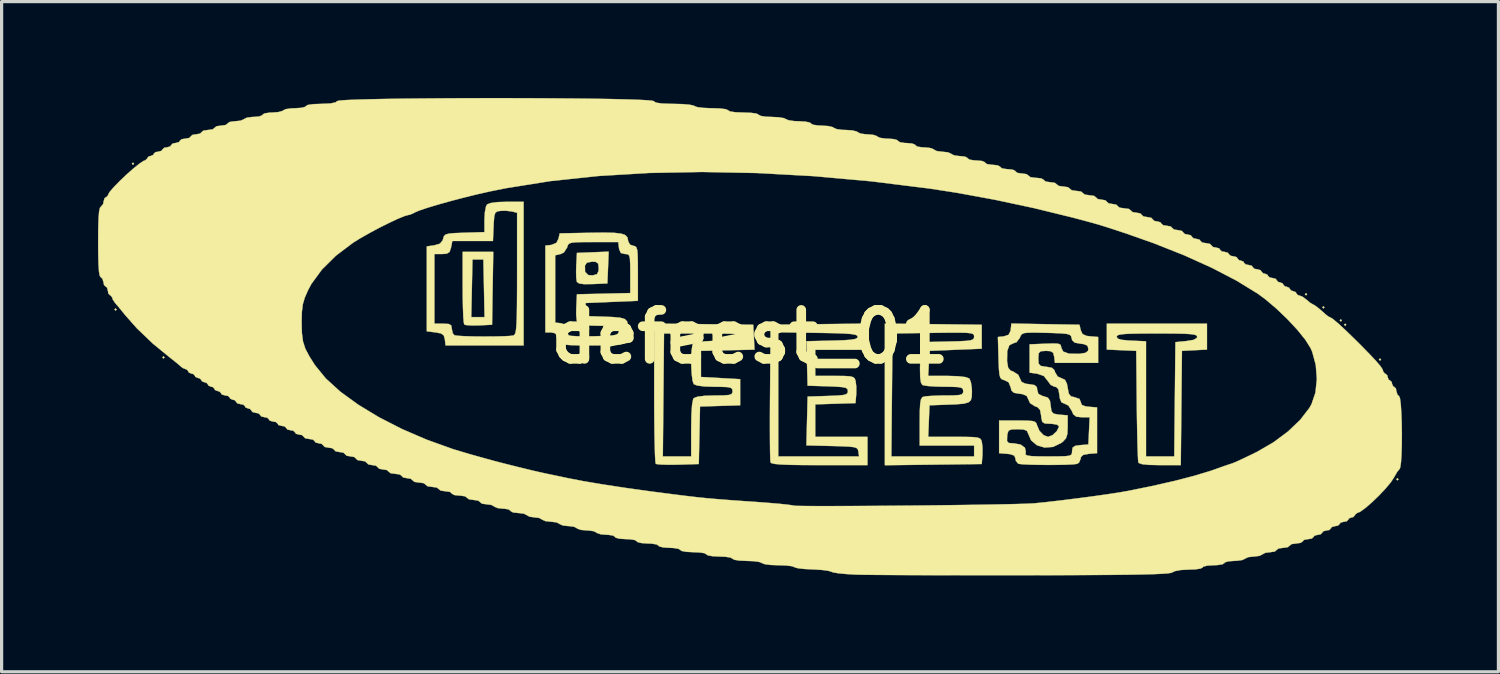
<source format=kicad_pcb>
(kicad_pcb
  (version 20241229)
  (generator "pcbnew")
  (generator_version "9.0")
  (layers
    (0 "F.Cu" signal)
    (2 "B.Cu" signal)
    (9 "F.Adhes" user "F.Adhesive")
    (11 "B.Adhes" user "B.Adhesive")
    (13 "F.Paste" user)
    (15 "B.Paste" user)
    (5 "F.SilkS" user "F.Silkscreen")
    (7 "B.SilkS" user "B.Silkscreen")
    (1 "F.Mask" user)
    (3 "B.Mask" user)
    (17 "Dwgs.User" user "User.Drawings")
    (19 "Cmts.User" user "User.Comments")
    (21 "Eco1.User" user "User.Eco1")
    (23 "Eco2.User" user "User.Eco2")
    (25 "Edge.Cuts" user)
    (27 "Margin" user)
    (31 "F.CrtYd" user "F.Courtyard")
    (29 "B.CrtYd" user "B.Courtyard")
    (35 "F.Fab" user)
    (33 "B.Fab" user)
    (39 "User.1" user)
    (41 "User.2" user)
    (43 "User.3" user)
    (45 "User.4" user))
  (footprint "defeest_01"
    (layer "F.Cu")
    (at 20.291 7.43)
    (property "Reference" "defeest_01" (at 0 0 0) (layer "F.SilkS") (effects (font (size 1.524 1.524) (thickness 0.3))))
    (attr through_hole)
    (fp_poly (pts (xy -19.71 -0.847) (xy -19.744 -0.813) (xy -19.778 -0.847) (xy -19.744 -0.881) (xy -19.71 -0.847)) (stroke (width 0.01) (type solid)) (fill yes) (layer "F.SilkS"))
    (fp_poly (pts (xy -19.169 -5.385) (xy -19.202 -5.351) (xy -19.236 -5.385) (xy -19.202 -5.419) (xy -19.169 -5.385)) (stroke (width 0.01) (type solid)) (fill yes) (layer "F.SilkS"))
    (fp_poly (pts (xy -18.22 0.643) (xy -18.254 0.677) (xy -18.288 0.643) (xy -18.254 0.61) (xy -18.22 0.643)) (stroke (width 0.01) (type solid)) (fill yes) (layer "F.SilkS"))
    (fp_poly (pts (xy 17.34 -1.321) (xy 17.306 -1.287) (xy 17.272 -1.321) (xy 17.306 -1.355) (xy 17.34 -1.321)) (stroke (width 0.01) (type solid)) (fill yes) (layer "F.SilkS"))
    (fp_poly (pts (xy 17.882 -0.914) (xy 17.848 -0.881) (xy 17.814 -0.914) (xy 17.848 -0.948) (xy 17.882 -0.914)) (stroke (width 0.01) (type solid)) (fill yes) (layer "F.SilkS"))
    (fp_poly (pts (xy 18.423 -0.508) (xy 18.39 -0.474) (xy 18.356 -0.508) (xy 18.39 -0.542) (xy 18.423 -0.508)) (stroke (width 0.01) (type solid)) (fill yes) (layer "F.SilkS"))
    (fp_poly (pts (xy 18.559 -0.373) (xy 18.525 -0.339) (xy 18.491 -0.373) (xy 18.525 -0.406) (xy 18.559 -0.373)) (stroke (width 0.01) (type solid)) (fill yes) (layer "F.SilkS"))
    (fp_poly (pts (xy 19.643 0.711) (xy 19.609 0.745) (xy 19.575 0.711) (xy 19.609 0.677) (xy 19.643 0.711)) (stroke (width 0.01) (type solid)) (fill yes) (layer "F.SilkS"))
    (fp_poly (pts (xy 20.185 4.437) (xy 20.151 4.47) (xy 20.117 4.437) (xy 20.151 4.403) (xy 20.185 4.437)) (stroke (width 0.01) (type solid)) (fill yes) (layer "F.SilkS"))
    (fp_poly (pts (xy -8.008 -1.507) (xy -8.026 -0.373) (xy -8.436 -0.353) (xy -8.66 -0.35) (xy -8.828 -0.362) (xy -8.893 -0.381) (xy -8.909 -0.462) (xy -8.92 -0.61) (xy -8.674 -0.61) (xy -8.26 -0.61) (xy -8.278 -1.507) (xy -8.297 -2.405) (xy -8.636 -2.405) (xy -8.655 -1.507) (xy -8.674 -0.61) (xy -8.92 -0.61) (xy -8.923 -0.654) (xy -8.933 -0.935) (xy -8.94 -1.279) (xy -8.941 -1.535) (xy -8.941 -2.642) (xy -7.989 -2.642) (xy -8.008 -1.507)) (stroke (width 0.01) (type solid)) (fill yes) (layer "F.SilkS"))
    (fp_poly (pts (xy -4.417 -2.154) (xy -4.437 -1.659) (xy -4.895 -1.639) (xy -5.159 -1.636) (xy -5.314 -1.656) (xy -5.384 -1.704) (xy -5.389 -1.715) (xy -5.406 -1.831) (xy -5.411 -2.033) (xy -5.405 -2.209) (xy -5.405 -2.214) (xy -5.136 -2.214) (xy -5.132 -2.021) (xy -5.032 -1.92) (xy -4.894 -1.909) (xy -4.76 -1.947) (xy -4.712 -2.048) (xy -4.707 -2.134) (xy -4.724 -2.278) (xy -4.803 -2.331) (xy -4.91 -2.337) (xy -5.075 -2.305) (xy -5.136 -2.214) (xy -5.405 -2.214) (xy -5.385 -2.608) (xy -4.891 -2.628) (xy -4.397 -2.648) (xy -4.417 -2.154)) (stroke (width 0.01) (type solid)) (fill yes) (layer "F.SilkS"))
    (fp_poly (pts (xy 14.224 0.4) (xy 13.835 0.42) (xy 13.445 0.44) (xy 13.409 3.996) (xy 12.764 3.996) (xy 12.425 3.989) (xy 12.208 3.968) (xy 12.102 3.93) (xy 12.089 3.912) (xy 12.079 3.823) (xy 12.07 3.618) (xy 12.06 3.317) (xy 12.052 2.938) (xy 12.044 2.501) (xy 12.04 2.134) (xy 12.023 0.44) (xy 11.108 0.4) (xy 11.108 0) (xy 11.413 0) (xy 11.446 0.058) (xy 11.559 0.095) (xy 11.777 0.117) (xy 11.87 0.122) (xy 12.327 0.142) (xy 12.327 3.725) (xy 13.206 3.725) (xy 13.224 1.947) (xy 13.242 0.169) (xy 13.581 0.135) (xy 13.802 0.099) (xy 13.906 0.041) (xy 13.919 0) (xy 13.902 -0.036) (xy 13.84 -0.063) (xy 13.715 -0.081) (xy 13.511 -0.093) (xy 13.209 -0.099) (xy 12.794 -0.102) (xy 12.666 -0.102) (xy 12.219 -0.1) (xy 11.89 -0.095) (xy 11.662 -0.085) (xy 11.518 -0.068) (xy 11.441 -0.044) (xy 11.414 -0.01) (xy 11.413 0) (xy 11.108 0) (xy 11.108 -0.406) (xy 14.224 -0.406) (xy 14.224 0.4)) (stroke (width 0.01) (type solid)) (fill yes) (layer "F.SilkS"))
    (fp_poly (pts (xy -7.044 0.271) (xy -9.474 0.271) (xy -9.495 0.085) (xy -9.528 -0.039) (xy -9.615 -0.103) (xy -9.787 -0.135) (xy -10.058 -0.169) (xy -10.058 -2.574) (xy -9.821 -2.574) (xy -9.821 -0.406) (xy -9.55 -0.406) (xy -9.376 -0.397) (xy -9.298 -0.353) (xy -9.28 -0.252) (xy -9.279 -0.243) (xy -9.248 -0.104) (xy -9.195 -0.045) (xy -9.087 -0.029) (xy -8.878 -0.017) (xy -8.6 -0.009) (xy -8.287 -0.006) (xy -7.973 -0.008) (xy -7.691 -0.014) (xy -7.475 -0.024) (xy -7.358 -0.04) (xy -7.355 -0.041) (xy -7.323 -0.067) (xy -7.298 -0.126) (xy -7.279 -0.233) (xy -7.265 -0.403) (xy -7.256 -0.65) (xy -7.251 -0.99) (xy -7.248 -1.436) (xy -7.247 -1.97) (xy -7.247 -3.858) (xy -7.409 -3.899) (xy -7.602 -3.922) (xy -7.764 -3.917) (xy -7.868 -3.899) (xy -7.927 -3.852) (xy -7.958 -3.747) (xy -7.974 -3.55) (xy -7.979 -3.437) (xy -7.999 -2.98) (xy -9.263 -2.98) (xy -9.303 -2.777) (xy -9.348 -2.639) (xy -9.439 -2.583) (xy -9.583 -2.574) (xy -9.821 -2.574) (xy -10.058 -2.574) (xy -10.058 -2.811) (xy -9.824 -2.845) (xy -9.649 -2.896) (xy -9.564 -3.001) (xy -9.55 -3.048) (xy -9.525 -3.128) (xy -9.476 -3.179) (xy -9.376 -3.208) (xy -9.197 -3.225) (xy -8.912 -3.236) (xy -8.887 -3.237) (xy -8.263 -3.256) (xy -8.263 -3.647) (xy -8.25 -3.874) (xy -8.216 -4.05) (xy -8.182 -4.118) (xy -8.068 -4.162) (xy -7.846 -4.191) (xy -7.573 -4.199) (xy -7.044 -4.199) (xy -7.044 0.271)) (stroke (width 0.01) (type solid)) (fill yes) (layer "F.SilkS"))
    (fp_poly (pts (xy -1.439 -0.391) (xy 0.102 -0.373) (xy 0.142 0.402) (xy -1.524 0.44) (xy -1.524 1.253) (xy -0.914 1.287) (xy -0.305 1.321) (xy -0.305 2.134) (xy -0.929 2.153) (xy -1.554 2.172) (xy -1.573 3.067) (xy -1.592 3.962) (xy -2.239 3.982) (xy -2.522 3.985) (xy -2.754 3.979) (xy -2.9 3.965) (xy -2.933 3.953) (xy -2.944 3.876) (xy -2.953 3.725) (xy -2.711 3.725) (xy -1.829 3.725) (xy -1.829 2.858) (xy -1.822 2.424) (xy -1.802 2.122) (xy -1.769 1.949) (xy -1.748 1.91) (xy -1.633 1.866) (xy -1.406 1.838) (xy -1.104 1.829) (xy -0.828 1.826) (xy -0.661 1.814) (xy -0.575 1.786) (xy -0.545 1.735) (xy -0.542 1.693) (xy -0.553 1.627) (xy -0.604 1.587) (xy -0.721 1.566) (xy -0.931 1.559) (xy -1.104 1.558) (xy -1.418 1.548) (xy -1.641 1.519) (xy -1.748 1.477) (xy -1.785 1.374) (xy -1.811 1.176) (xy -1.826 0.926) (xy -1.828 0.663) (xy -1.816 0.429) (xy -1.791 0.263) (xy -1.774 0.222) (xy -1.675 0.178) (xy -1.442 0.146) (xy -1.074 0.125) (xy -0.946 0.121) (xy -0.603 0.109) (xy -0.375 0.093) (xy -0.24 0.069) (xy -0.18 0.033) (xy -0.169 0) (xy -0.186 -0.036) (xy -0.249 -0.063) (xy -0.374 -0.081) (xy -0.578 -0.093) (xy -0.879 -0.099) (xy -1.294 -0.102) (xy -1.422 -0.102) (xy -2.675 -0.102) (xy -2.711 3.725) (xy -2.953 3.725) (xy -2.955 3.681) (xy -2.964 3.382) (xy -2.972 2.998) (xy -2.977 2.545) (xy -2.98 2.039) (xy -2.98 1.749) (xy -2.98 -0.409) (xy -1.439 -0.391)) (stroke (width 0.01) (type solid)) (fill yes) (layer "F.SilkS"))
    (fp_poly (pts (xy 3.658 0.406) (xy 2.032 0.406) (xy 2.032 1.219) (xy 2.64 1.219) (xy 2.93 1.221) (xy 3.112 1.232) (xy 3.214 1.258) (xy 3.264 1.306) (xy 3.288 1.378) (xy 3.31 1.552) (xy 3.309 1.771) (xy 3.307 1.801) (xy 3.285 2.066) (xy 2.032 2.105) (xy 2.032 3.116) (xy 3.658 3.116) (xy 3.658 3.996) (xy 2.165 3.996) (xy 1.649 3.994) (xy 1.254 3.988) (xy 0.969 3.977) (xy 0.78 3.96) (xy 0.674 3.937) (xy 0.64 3.911) (xy 0.633 3.824) (xy 0.63 3.725) (xy 0.881 3.725) (xy 3.396 3.725) (xy 3.374 3.573) (xy 3.359 3.508) (xy 3.318 3.464) (xy 3.229 3.436) (xy 3.069 3.419) (xy 2.813 3.408) (xy 2.555 3.401) (xy 1.757 3.382) (xy 1.776 2.622) (xy 1.795 1.863) (xy 2.421 1.843) (xy 2.717 1.831) (xy 2.902 1.815) (xy 3.002 1.787) (xy 3.042 1.741) (xy 3.048 1.693) (xy 3.036 1.632) (xy 2.982 1.591) (xy 2.862 1.567) (xy 2.651 1.552) (xy 2.421 1.543) (xy 1.795 1.524) (xy 1.756 0.14) (xy 2.555 0.121) (xy 2.903 0.11) (xy 3.136 0.094) (xy 3.275 0.07) (xy 3.34 0.036) (xy 3.353 0) (xy 3.335 -0.037) (xy 3.27 -0.065) (xy 3.14 -0.085) (xy 2.929 -0.1) (xy 2.619 -0.111) (xy 2.193 -0.119) (xy 2.117 -0.12) (xy 0.881 -0.139) (xy 0.881 3.725) (xy 0.63 3.725) (xy 0.627 3.619) (xy 0.623 3.313) (xy 0.621 2.923) (xy 0.621 2.466) (xy 0.624 1.96) (xy 0.626 1.727) (xy 0.643 -0.373) (xy 2.151 -0.391) (xy 3.658 -0.409) (xy 3.658 0.406)) (stroke (width 0.01) (type solid)) (fill yes) (layer "F.SilkS"))
    (fp_poly (pts (xy 5.707 -0.391) (xy 7.214 -0.373) (xy 7.214 0.373) (xy 6.401 0.406) (xy 5.588 0.44) (xy 5.568 0.83) (xy 5.547 1.219) (xy 6.147 1.219) (xy 6.479 1.229) (xy 6.711 1.257) (xy 6.827 1.3) (xy 6.828 1.3) (xy 6.876 1.413) (xy 6.905 1.604) (xy 6.909 1.706) (xy 6.904 1.867) (xy 6.875 1.977) (xy 6.798 2.045) (xy 6.652 2.084) (xy 6.414 2.104) (xy 6.096 2.116) (xy 5.588 2.134) (xy 5.548 3.116) (xy 6.363 3.116) (xy 6.706 3.117) (xy 6.938 3.123) (xy 7.081 3.138) (xy 7.16 3.167) (xy 7.198 3.214) (xy 7.217 3.275) (xy 7.238 3.449) (xy 7.237 3.668) (xy 7.235 3.698) (xy 7.214 3.962) (xy 5.707 3.981) (xy 4.199 3.999) (xy 4.199 3.725) (xy 4.401 3.725) (xy 6.977 3.725) (xy 6.977 3.387) (xy 5.283 3.387) (xy 5.283 2.649) (xy 5.286 2.314) (xy 5.298 2.091) (xy 5.321 1.957) (xy 5.359 1.889) (xy 5.39 1.87) (xy 5.505 1.851) (xy 5.716 1.837) (xy 5.982 1.829) (xy 6.068 1.829) (xy 6.346 1.826) (xy 6.516 1.814) (xy 6.603 1.787) (xy 6.634 1.737) (xy 6.638 1.693) (xy 6.627 1.628) (xy 6.578 1.588) (xy 6.465 1.567) (xy 6.261 1.558) (xy 6.045 1.557) (xy 5.767 1.55) (xy 5.537 1.534) (xy 5.391 1.51) (xy 5.365 1.5) (xy 5.322 1.427) (xy 5.298 1.264) (xy 5.293 0.993) (xy 5.297 0.807) (xy 5.317 0.169) (xy 6.147 0.15) (xy 6.494 0.141) (xy 6.729 0.129) (xy 6.872 0.11) (xy 6.946 0.081) (xy 6.973 0.036) (xy 6.977 -0.004) (xy 6.971 -0.051) (xy 6.943 -0.085) (xy 6.874 -0.108) (xy 6.747 -0.121) (xy 6.543 -0.127) (xy 6.244 -0.127) (xy 5.832 -0.122) (xy 5.707 -0.12) (xy 4.437 -0.102) (xy 4.401 3.725) (xy 4.199 3.725) (xy 4.199 -0.409) (xy 5.707 -0.391)) (stroke (width 0.01) (type solid)) (fill yes) (layer "F.SilkS"))
    (fp_poly (pts (xy -4.217 -3.233) (xy -4.007 -3.208) (xy -3.879 -3.163) (xy -3.814 -3.093) (xy -3.793 -2.995) (xy -3.793 -2.977) (xy -3.734 -2.867) (xy -3.641 -2.833) (xy -3.577 -2.818) (xy -3.535 -2.781) (xy -3.508 -2.699) (xy -3.495 -2.549) (xy -3.489 -2.308) (xy -3.488 -1.964) (xy -3.488 -1.118) (xy -5.114 -1.05) (xy -5.114 -0.643) (xy -4.606 -0.626) (xy -4.263 -0.613) (xy -4.034 -0.591) (xy -3.895 -0.55) (xy -3.823 -0.479) (xy -3.797 -0.365) (xy -3.793 -0.215) (xy -3.809 -0.007) (xy -3.85 0.15) (xy -3.874 0.19) (xy -3.975 0.227) (xy -4.193 0.253) (xy -4.535 0.267) (xy -4.926 0.271) (xy -5.318 0.269) (xy -5.594 0.261) (xy -5.773 0.245) (xy -5.877 0.22) (xy -5.923 0.182) (xy -5.929 0.169) (xy -5.979 0.008) (xy -5.992 -0.034) (xy -6.076 -0.111) (xy -6.195 -0.135) (xy -6.367 -0.135) (xy -6.367 -2.534) (xy -6.062 -2.534) (xy -6.062 -0.44) (xy -5.876 -0.419) (xy -5.734 -0.373) (xy -5.69 -0.263) (xy -5.69 -0.244) (xy -5.671 -0.102) (xy -5.642 -0.043) (xy -5.559 -0.026) (xy -5.37 -0.015) (xy -5.105 -0.011) (xy -4.846 -0.015) (xy -4.52 -0.025) (xy -4.304 -0.037) (xy -4.175 -0.059) (xy -4.11 -0.094) (xy -4.083 -0.149) (xy -4.076 -0.186) (xy -4.072 -0.259) (xy -4.103 -0.304) (xy -4.193 -0.328) (xy -4.367 -0.338) (xy -4.652 -0.34) (xy -4.931 -0.346) (xy -5.163 -0.363) (xy -5.311 -0.386) (xy -5.338 -0.397) (xy -5.39 -0.492) (xy -5.409 -0.696) (xy -5.405 -0.887) (xy -5.385 -1.321) (xy -4.555 -1.34) (xy -3.725 -1.359) (xy -3.725 -1.966) (xy -3.727 -2.254) (xy -3.736 -2.433) (xy -3.76 -2.528) (xy -3.805 -2.567) (xy -3.88 -2.574) (xy -3.89 -2.574) (xy -4.018 -2.605) (xy -4.071 -2.724) (xy -4.076 -2.76) (xy -4.098 -2.946) (xy -4.874 -2.946) (xy -5.207 -2.945) (xy -5.43 -2.939) (xy -5.565 -2.923) (xy -5.638 -2.891) (xy -5.672 -2.839) (xy -5.689 -2.78) (xy -5.789 -2.623) (xy -5.895 -2.573) (xy -6.062 -2.534) (xy -6.367 -2.534) (xy -6.367 -2.836) (xy -6.183 -2.857) (xy -6.025 -2.92) (xy -5.96 -3.048) (xy -5.921 -3.217) (xy -4.951 -3.236) (xy -4.525 -3.241) (xy -4.217 -3.233)) (stroke (width 0.01) (type solid)) (fill yes) (layer "F.SilkS"))
    (fp_poly (pts (xy 9.196 -0.391) (xy 10.256 -0.373) (xy 10.295 -0.203) (xy 10.35 -0.084) (xy 10.469 -0.028) (xy 10.586 -0.013) (xy 10.837 0.008) (xy 10.837 0.813) (xy 9.492 0.813) (xy 9.47 0.627) (xy 9.438 0.5) (xy 9.352 0.449) (xy 9.212 0.44) (xy 9.053 0.451) (xy 8.988 0.51) (xy 8.975 0.659) (xy 8.975 0.677) (xy 8.985 0.835) (xy 9.045 0.906) (xy 9.194 0.933) (xy 9.224 0.935) (xy 9.401 0.968) (xy 9.48 1.044) (xy 9.495 1.102) (xy 9.577 1.238) (xy 9.686 1.287) (xy 9.804 1.341) (xy 9.865 1.461) (xy 9.889 1.594) (xy 9.924 1.772) (xy 9.992 1.855) (xy 10.109 1.884) (xy 10.257 1.936) (xy 10.295 2.032) (xy 10.329 2.123) (xy 10.451 2.169) (xy 10.549 2.18) (xy 10.803 2.201) (xy 10.803 3.624) (xy 10.549 3.645) (xy 10.374 3.677) (xy 10.302 3.744) (xy 10.295 3.79) (xy 10.244 3.915) (xy 10.188 3.955) (xy 10.079 3.971) (xy 9.869 3.982) (xy 9.59 3.988) (xy 9.277 3.99) (xy 8.963 3.987) (xy 8.682 3.98) (xy 8.467 3.969) (xy 8.351 3.953) (xy 8.348 3.951) (xy 8.276 3.863) (xy 8.263 3.792) (xy 8.229 3.702) (xy 8.105 3.656) (xy 8.009 3.645) (xy 7.755 3.624) (xy 7.755 3.247) (xy 8.001 3.247) (xy 8.055 3.307) (xy 8.203 3.319) (xy 8.217 3.319) (xy 8.426 3.357) (xy 8.558 3.455) (xy 8.587 3.592) (xy 8.578 3.623) (xy 8.578 3.668) (xy 8.633 3.698) (xy 8.764 3.716) (xy 8.992 3.724) (xy 9.282 3.725) (xy 9.606 3.724) (xy 9.819 3.718) (xy 9.944 3.702) (xy 10.004 3.669) (xy 10.023 3.616) (xy 10.025 3.56) (xy 10.044 3.449) (xy 10.128 3.395) (xy 10.279 3.374) (xy 10.533 3.353) (xy 10.553 2.929) (xy 10.573 2.506) (xy 10.329 2.506) (xy 10.156 2.489) (xy 10.063 2.414) (xy 10.016 2.307) (xy 9.91 2.141) (xy 9.799 2.087) (xy 9.695 2.042) (xy 9.645 1.921) (xy 9.631 1.812) (xy 9.6 1.637) (xy 9.533 1.565) (xy 9.482 1.558) (xy 9.361 1.5) (xy 9.266 1.372) (xy 9.145 1.221) (xy 8.946 1.152) (xy 8.94 1.151) (xy 8.704 1.118) (xy 8.704 0.237) (xy 9.195 0.217) (xy 9.449 0.21) (xy 9.596 0.218) (xy 9.665 0.249) (xy 9.685 0.309) (xy 9.686 0.334) (xy 9.747 0.46) (xy 9.928 0.527) (xy 10.23 0.533) (xy 10.268 0.53) (xy 10.445 0.501) (xy 10.521 0.44) (xy 10.533 0.373) (xy 10.503 0.277) (xy 10.391 0.23) (xy 10.283 0.216) (xy 10.107 0.184) (xy 10.028 0.109) (xy 10.012 0.047) (xy 9.995 -0.018) (xy 9.951 -0.061) (xy 9.857 -0.088) (xy 9.687 -0.105) (xy 9.418 -0.116) (xy 9.228 -0.121) (xy 8.898 -0.128) (xy 8.678 -0.127) (xy 8.542 -0.114) (xy 8.467 -0.083) (xy 8.425 -0.03) (xy 8.4 0.032) (xy 8.298 0.17) (xy 8.199 0.203) (xy 8.074 0.264) (xy 8.008 0.445) (xy 8.002 0.744) (xy 8.005 0.783) (xy 8.036 0.964) (xy 8.109 1.053) (xy 8.193 1.084) (xy 8.349 1.183) (xy 8.399 1.289) (xy 8.454 1.407) (xy 8.575 1.462) (xy 8.689 1.477) (xy 8.858 1.505) (xy 8.929 1.568) (xy 8.941 1.655) (xy 8.977 1.78) (xy 9.108 1.845) (xy 9.14 1.852) (xy 9.274 1.897) (xy 9.337 1.992) (xy 9.36 2.148) (xy 9.384 2.317) (xy 9.449 2.394) (xy 9.596 2.422) (xy 9.635 2.426) (xy 9.889 2.447) (xy 9.889 2.802) (xy 9.88 3.022) (xy 9.838 3.159) (xy 9.744 3.263) (xy 9.689 3.306) (xy 9.435 3.429) (xy 9.173 3.45) (xy 8.934 3.379) (xy 8.751 3.226) (xy 8.659 3.014) (xy 8.619 2.928) (xy 8.516 2.888) (xy 8.33 2.879) (xy 8.142 2.885) (xy 8.051 2.922) (xy 8.015 3.016) (xy 8.005 3.099) (xy 8.001 3.247) (xy 7.755 3.247) (xy 7.755 2.608) (xy 8.33 2.608) (xy 8.612 2.611) (xy 8.785 2.623) (xy 8.879 2.652) (xy 8.92 2.704) (xy 8.93 2.743) (xy 9.008 2.927) (xy 9.143 3.066) (xy 9.279 3.116) (xy 9.416 3.064) (xy 9.547 2.943) (xy 9.616 2.809) (xy 9.618 2.789) (xy 9.556 2.735) (xy 9.393 2.71) (xy 9.351 2.709) (xy 9.179 2.701) (xy 9.099 2.652) (xy 9.069 2.524) (xy 9.063 2.458) (xy 9.03 2.28) (xy 8.951 2.193) (xy 8.876 2.168) (xy 8.719 2.068) (xy 8.67 1.962) (xy 8.614 1.843) (xy 8.49 1.788) (xy 8.383 1.774) (xy 8.215 1.745) (xy 8.138 1.674) (xy 8.115 1.574) (xy 8.05 1.417) (xy 7.925 1.354) (xy 7.847 1.33) (xy 7.796 1.283) (xy 7.766 1.186) (xy 7.749 1.013) (xy 7.738 0.737) (xy 7.736 0.662) (xy 7.717 0.009) (xy 7.905 -0.012) (xy 8.051 -0.06) (xy 8.11 -0.185) (xy 8.116 -0.222) (xy 8.137 -0.41) (xy 9.196 -0.391)) (stroke (width 0.01) (type solid)) (fill yes) (layer "F.SilkS"))
    (fp_poly (pts (xy -7.486 -7.425) (xy -6.786 -7.423) (xy -6.107 -7.419) (xy -5.462 -7.414) (xy -4.864 -7.407) (xy -4.326 -7.398) (xy -3.862 -7.387) (xy -3.484 -7.375) (xy -3.206 -7.361) (xy -3.04 -7.345) (xy -2.997 -7.332) (xy -2.928 -7.286) (xy -2.748 -7.259) (xy -2.448 -7.248) (xy -2.369 -7.247) (xy -2.097 -7.24) (xy -1.878 -7.221) (xy -1.748 -7.193) (xy -1.727 -7.18) (xy -1.644 -7.147) (xy -1.462 -7.123) (xy -1.218 -7.112) (xy -1.181 -7.112) (xy -0.927 -7.104) (xy -0.75 -7.081) (xy -0.678 -7.047) (xy -0.677 -7.044) (xy -0.615 -7.01) (xy -0.447 -6.986) (xy -0.204 -6.977) (xy -0.203 -6.977) (xy 0.04 -6.968) (xy 0.208 -6.944) (xy 0.271 -6.909) (xy 0.271 -6.909) (xy 0.333 -6.873) (xy 0.493 -6.848) (xy 0.673 -6.841) (xy 0.895 -6.83) (xy 1.058 -6.803) (xy 1.118 -6.773) (xy 1.204 -6.736) (xy 1.38 -6.711) (xy 1.528 -6.706) (xy 1.731 -6.694) (xy 1.865 -6.665) (xy 1.897 -6.638) (xy 1.957 -6.599) (xy 2.113 -6.575) (xy 2.231 -6.57) (xy 2.433 -6.557) (xy 2.574 -6.525) (xy 2.608 -6.502) (xy 2.695 -6.463) (xy 2.869 -6.438) (xy 2.98 -6.435) (xy 3.181 -6.422) (xy 3.32 -6.389) (xy 3.353 -6.367) (xy 3.442 -6.323) (xy 3.61 -6.3) (xy 3.658 -6.299) (xy 3.837 -6.283) (xy 3.951 -6.244) (xy 3.962 -6.231) (xy 4.05 -6.19) (xy 4.222 -6.166) (xy 4.305 -6.164) (xy 4.485 -6.15) (xy 4.593 -6.116) (xy 4.606 -6.096) (xy 4.666 -6.054) (xy 4.816 -6.03) (xy 4.877 -6.028) (xy 5.046 -6.013) (xy 5.141 -5.976) (xy 5.148 -5.961) (xy 5.208 -5.918) (xy 5.357 -5.894) (xy 5.415 -5.893) (xy 5.595 -5.877) (xy 5.711 -5.838) (xy 5.723 -5.825) (xy 5.814 -5.779) (xy 5.977 -5.758) (xy 5.994 -5.757) (xy 6.162 -5.739) (xy 6.262 -5.695) (xy 6.265 -5.69) (xy 6.355 -5.644) (xy 6.52 -5.622) (xy 6.54 -5.622) (xy 6.695 -5.605) (xy 6.772 -5.562) (xy 6.773 -5.554) (xy 6.833 -5.512) (xy 6.984 -5.488) (xy 7.044 -5.486) (xy 7.214 -5.471) (xy 7.308 -5.434) (xy 7.315 -5.419) (xy 7.375 -5.374) (xy 7.521 -5.352) (xy 7.552 -5.351) (xy 7.709 -5.334) (xy 7.787 -5.292) (xy 7.789 -5.283) (xy 7.849 -5.238) (xy 7.995 -5.216) (xy 8.026 -5.215) (xy 8.183 -5.198) (xy 8.261 -5.157) (xy 8.263 -5.148) (xy 8.322 -5.1) (xy 8.464 -5.08) (xy 8.467 -5.08) (xy 8.609 -5.06) (xy 8.67 -5.013) (xy 8.67 -5.012) (xy 8.729 -4.967) (xy 8.876 -4.945) (xy 8.907 -4.945) (xy 9.064 -4.928) (xy 9.142 -4.886) (xy 9.144 -4.877) (xy 9.203 -4.829) (xy 9.345 -4.809) (xy 9.347 -4.809) (xy 9.49 -4.789) (xy 9.55 -4.742) (xy 9.55 -4.741) (xy 9.609 -4.694) (xy 9.751 -4.674) (xy 9.754 -4.674) (xy 9.896 -4.654) (xy 9.957 -4.607) (xy 9.957 -4.606) (xy 10.016 -4.558) (xy 10.157 -4.538) (xy 10.16 -4.538) (xy 10.303 -4.519) (xy 10.363 -4.471) (xy 10.363 -4.47) (xy 10.422 -4.423) (xy 10.564 -4.403) (xy 10.566 -4.403) (xy 10.709 -4.383) (xy 10.77 -4.336) (xy 10.77 -4.335) (xy 10.828 -4.284) (xy 10.939 -4.267) (xy 11.066 -4.244) (xy 11.108 -4.199) (xy 11.166 -4.149) (xy 11.278 -4.132) (xy 11.405 -4.109) (xy 11.447 -4.064) (xy 11.506 -4.016) (xy 11.648 -3.996) (xy 11.65 -3.996) (xy 11.793 -3.977) (xy 11.853 -3.929) (xy 11.853 -3.929) (xy 11.911 -3.878) (xy 12.023 -3.861) (xy 12.15 -3.838) (xy 12.192 -3.793) (xy 12.25 -3.742) (xy 12.361 -3.725) (xy 12.489 -3.702) (xy 12.531 -3.658) (xy 12.587 -3.603) (xy 12.666 -3.59) (xy 12.776 -3.562) (xy 12.802 -3.522) (xy 12.86 -3.471) (xy 12.971 -3.454) (xy 13.098 -3.431) (xy 13.14 -3.387) (xy 13.198 -3.336) (xy 13.31 -3.319) (xy 13.437 -3.296) (xy 13.479 -3.251) (xy 13.536 -3.196) (xy 13.614 -3.183) (xy 13.724 -3.155) (xy 13.75 -3.116) (xy 13.807 -3.061) (xy 13.885 -3.048) (xy 13.995 -3.02) (xy 14.021 -2.98) (xy 14.079 -2.929) (xy 14.19 -2.913) (xy 14.317 -2.889) (xy 14.359 -2.845) (xy 14.416 -2.79) (xy 14.495 -2.777) (xy 14.605 -2.749) (xy 14.63 -2.709) (xy 14.687 -2.654) (xy 14.766 -2.642) (xy 14.876 -2.613) (xy 14.901 -2.574) (xy 14.958 -2.519) (xy 15.037 -2.506) (xy 15.147 -2.478) (xy 15.172 -2.438) (xy 15.227 -2.378) (xy 15.274 -2.371) (xy 15.364 -2.334) (xy 15.375 -2.303) (xy 15.432 -2.248) (xy 15.511 -2.235) (xy 15.621 -2.207) (xy 15.646 -2.167) (xy 15.703 -2.112) (xy 15.782 -2.1) (xy 15.892 -2.071) (xy 15.917 -2.032) (xy 15.972 -1.972) (xy 16.019 -1.964) (xy 16.109 -1.928) (xy 16.121 -1.897) (xy 16.177 -1.842) (xy 16.256 -1.829) (xy 16.366 -1.8) (xy 16.391 -1.761) (xy 16.446 -1.701) (xy 16.493 -1.693) (xy 16.583 -1.657) (xy 16.595 -1.626) (xy 16.65 -1.566) (xy 16.696 -1.558) (xy 16.786 -1.521) (xy 16.798 -1.49) (xy 16.853 -1.43) (xy 16.899 -1.422) (xy 16.99 -1.386) (xy 17.001 -1.355) (xy 17.055 -1.292) (xy 17.09 -1.287) (xy 17.201 -1.244) (xy 17.324 -1.151) (xy 17.439 -1.054) (xy 17.505 -1.016) (xy 17.582 -0.975) (xy 17.719 -0.87) (xy 17.878 -0.732) (xy 17.918 -0.694) (xy 18.013 -0.622) (xy 18.047 -0.61) (xy 18.132 -0.561) (xy 18.301 -0.421) (xy 18.544 -0.196) (xy 18.853 0.104) (xy 18.994 0.244) (xy 19.287 0.543) (xy 19.494 0.763) (xy 19.625 0.918) (xy 19.693 1.023) (xy 19.71 1.085) (xy 19.762 1.15) (xy 19.778 1.151) (xy 19.838 1.206) (xy 19.846 1.253) (xy 19.882 1.343) (xy 19.914 1.355) (xy 19.974 1.41) (xy 19.981 1.456) (xy 20.018 1.546) (xy 20.049 1.558) (xy 20.105 1.614) (xy 20.117 1.688) (xy 20.155 1.809) (xy 20.201 1.846) (xy 20.232 1.92) (xy 20.256 2.102) (xy 20.273 2.363) (xy 20.285 2.678) (xy 20.29 3.017) (xy 20.288 3.353) (xy 20.279 3.659) (xy 20.263 3.907) (xy 20.239 4.069) (xy 20.218 4.117) (xy 20.143 4.208) (xy 20.055 4.361) (xy 20.051 4.369) (xy 19.948 4.528) (xy 19.78 4.729) (xy 19.575 4.946) (xy 19.358 5.155) (xy 19.154 5.331) (xy 18.989 5.45) (xy 18.897 5.486) (xy 18.832 5.538) (xy 18.83 5.554) (xy 18.775 5.614) (xy 18.728 5.622) (xy 18.638 5.658) (xy 18.627 5.69) (xy 18.57 5.745) (xy 18.491 5.757) (xy 18.381 5.786) (xy 18.356 5.825) (xy 18.299 5.88) (xy 18.22 5.893) (xy 18.11 5.921) (xy 18.085 5.961) (xy 18.028 6.016) (xy 17.949 6.028) (xy 17.839 6.057) (xy 17.814 6.096) (xy 17.757 6.151) (xy 17.678 6.164) (xy 17.568 6.192) (xy 17.543 6.231) (xy 17.485 6.282) (xy 17.374 6.299) (xy 17.246 6.322) (xy 17.204 6.367) (xy 17.145 6.414) (xy 17.004 6.435) (xy 17.001 6.435) (xy 16.858 6.454) (xy 16.798 6.502) (xy 16.798 6.502) (xy 16.739 6.55) (xy 16.597 6.57) (xy 16.595 6.57) (xy 16.452 6.59) (xy 16.391 6.637) (xy 16.391 6.638) (xy 16.333 6.686) (xy 16.192 6.706) (xy 16.036 6.726) (xy 15.951 6.773) (xy 15.861 6.819) (xy 15.697 6.841) (xy 15.68 6.841) (xy 15.513 6.859) (xy 15.413 6.904) (xy 15.409 6.909) (xy 15.322 6.95) (xy 15.15 6.974) (xy 15.067 6.977) (xy 14.886 6.99) (xy 14.779 7.025) (xy 14.766 7.044) (xy 14.705 7.083) (xy 14.549 7.107) (xy 14.427 7.112) (xy 14.234 7.124) (xy 14.111 7.155) (xy 14.089 7.18) (xy 14.027 7.215) (xy 13.863 7.24) (xy 13.662 7.247) (xy 13.403 7.261) (xy 13.217 7.298) (xy 13.15 7.332) (xy 13.105 7.35) (xy 12.999 7.365) (xy 12.826 7.378) (xy 12.578 7.389) (xy 12.246 7.398) (xy 11.823 7.406) (xy 11.301 7.412) (xy 10.671 7.416) (xy 9.927 7.42) (xy 9.059 7.422) (xy 8.514 7.423) (xy 7.72 7.423) (xy 6.949 7.423) (xy 6.216 7.422) (xy 5.533 7.421) (xy 4.913 7.419) (xy 4.371 7.416) (xy 3.92 7.413) (xy 3.572 7.409) (xy 3.341 7.405) (xy 3.289 7.403) (xy 2.995 7.386) (xy 2.75 7.362) (xy 2.587 7.334) (xy 2.542 7.317) (xy 2.442 7.286) (xy 2.246 7.259) (xy 1.993 7.243) (xy 1.943 7.241) (xy 1.69 7.228) (xy 1.493 7.205) (xy 1.389 7.176) (xy 1.382 7.17) (xy 1.302 7.141) (xy 1.123 7.12) (xy 0.886 7.112) (xy 0.881 7.112) (xy 0.641 7.103) (xy 0.459 7.079) (xy 0.373 7.045) (xy 0.373 7.044) (xy 0.288 7.009) (xy 0.108 6.985) (xy -0.106 6.977) (xy -0.334 6.967) (xy -0.49 6.941) (xy -0.542 6.909) (xy -0.604 6.873) (xy -0.765 6.848) (xy -0.948 6.841) (xy -1.165 6.831) (xy -1.311 6.804) (xy -1.355 6.773) (xy -1.416 6.737) (xy -1.578 6.713) (xy -1.761 6.706) (xy -1.978 6.695) (xy -2.124 6.668) (xy -2.167 6.638) (xy -2.228 6.599) (xy -2.384 6.575) (xy -2.506 6.57) (xy -2.699 6.558) (xy -2.822 6.527) (xy -2.845 6.502) (xy -2.906 6.464) (xy -3.061 6.439) (xy -3.183 6.435) (xy -3.377 6.422) (xy -3.499 6.391) (xy -3.522 6.367) (xy -3.583 6.328) (xy -3.739 6.304) (xy -3.861 6.299) (xy -4.054 6.287) (xy -4.177 6.256) (xy -4.199 6.231) (xy -4.259 6.189) (xy -4.409 6.165) (xy -4.466 6.164) (xy -4.647 6.148) (xy -4.762 6.109) (xy -4.775 6.096) (xy -4.864 6.052) (xy -5.032 6.029) (xy -5.08 6.028) (xy -5.259 6.012) (xy -5.373 5.973) (xy -5.385 5.961) (xy -5.475 5.914) (xy -5.639 5.893) (xy -5.656 5.893) (xy -5.823 5.875) (xy -5.923 5.83) (xy -5.927 5.825) (xy -6.017 5.779) (xy -6.18 5.758) (xy -6.198 5.757) (xy -6.365 5.739) (xy -6.465 5.695) (xy -6.469 5.69) (xy -6.56 5.64) (xy -6.706 5.622) (xy -6.861 5.601) (xy -6.943 5.554) (xy -7.033 5.508) (xy -7.197 5.487) (xy -7.218 5.486) (xy -7.373 5.469) (xy -7.449 5.427) (xy -7.451 5.419) (xy -7.51 5.374) (xy -7.656 5.351) (xy -7.684 5.351) (xy -7.852 5.333) (xy -7.954 5.289) (xy -7.959 5.283) (xy -8.05 5.234) (xy -8.2 5.215) (xy -8.341 5.195) (xy -8.399 5.148) (xy -8.458 5.1) (xy -8.6 5.08) (xy -8.602 5.08) (xy -8.745 5.06) (xy -8.805 5.013) (xy -8.805 5.012) (xy -8.865 4.967) (xy -9.011 4.945) (xy -9.042 4.945) (xy -9.199 4.928) (xy -9.277 4.886) (xy -9.279 4.877) (xy -9.338 4.829) (xy -9.48 4.809) (xy -9.483 4.809) (xy -9.625 4.789) (xy -9.686 4.742) (xy -9.686 4.741) (xy -9.745 4.694) (xy -9.887 4.674) (xy -9.889 4.674) (xy -10.032 4.654) (xy -10.092 4.607) (xy -10.092 4.606) (xy -10.151 4.558) (xy -10.293 4.538) (xy -10.295 4.538) (xy -10.438 4.519) (xy -10.499 4.471) (xy -10.499 4.47) (xy -10.557 4.419) (xy -10.668 4.403) (xy -10.795 4.379) (xy -10.837 4.335) (xy -10.896 4.287) (xy -11.038 4.267) (xy -11.041 4.267) (xy -11.183 4.248) (xy -11.244 4.2) (xy -11.244 4.199) (xy -11.302 4.149) (xy -11.413 4.132) (xy -11.54 4.109) (xy -11.582 4.064) (xy -11.64 4.013) (xy -11.752 3.996) (xy -11.879 3.973) (xy -11.921 3.929) (xy -11.979 3.878) (xy -12.09 3.861) (xy -12.218 3.838) (xy -12.26 3.793) (xy -12.318 3.742) (xy -12.429 3.725) (xy -12.556 3.702) (xy -12.598 3.658) (xy -12.656 3.607) (xy -12.768 3.59) (xy -12.895 3.567) (xy -12.937 3.522) (xy -12.995 3.471) (xy -13.106 3.454) (xy -13.234 3.431) (xy -13.276 3.387) (xy -13.332 3.332) (xy -13.411 3.319) (xy -13.521 3.291) (xy -13.547 3.251) (xy -13.605 3.2) (xy -13.716 3.183) (xy -13.843 3.16) (xy -13.885 3.116) (xy -13.942 3.061) (xy -14.021 3.048) (xy -14.131 3.02) (xy -14.156 2.98) (xy -14.213 2.925) (xy -14.292 2.913) (xy -14.402 2.884) (xy -14.427 2.845) (xy -14.484 2.79) (xy -14.563 2.777) (xy -14.673 2.749) (xy -14.698 2.709) (xy -14.755 2.654) (xy -14.834 2.642) (xy -14.944 2.613) (xy -14.969 2.574) (xy -15.026 2.519) (xy -15.105 2.506) (xy -15.215 2.478) (xy -15.24 2.438) (xy -15.297 2.383) (xy -15.375 2.371) (xy -15.486 2.342) (xy -15.511 2.303) (xy -15.566 2.243) (xy -15.613 2.235) (xy -15.703 2.199) (xy -15.714 2.167) (xy -15.771 2.112) (xy -15.85 2.1) (xy -15.96 2.071) (xy -15.985 2.032) (xy -16.04 1.972) (xy -16.087 1.964) (xy -16.177 1.928) (xy -16.188 1.897) (xy -16.245 1.842) (xy -16.324 1.829) (xy -16.434 1.8) (xy -16.459 1.761) (xy -16.514 1.701) (xy -16.561 1.693) (xy -16.651 1.657) (xy -16.662 1.626) (xy -16.717 1.566) (xy -16.764 1.558) (xy -16.854 1.521) (xy -16.866 1.49) (xy -16.92 1.43) (xy -16.967 1.422) (xy -17.057 1.386) (xy -17.069 1.355) (xy -17.124 1.295) (xy -17.17 1.287) (xy -17.261 1.25) (xy -17.272 1.219) (xy -17.327 1.159) (xy -17.374 1.151) (xy -17.464 1.115) (xy -17.475 1.084) (xy -17.527 1.019) (xy -17.548 1.016) (xy -17.655 0.973) (xy -17.706 0.931) (xy -17.815 0.837) (xy -17.975 0.709) (xy -18.017 0.677) (xy -18.582 0.216) (xy -19.086 -0.267) (xy -19.248 -0.451) (xy -13.953 -0.451) (xy -13.945 -0.113) (xy -13.911 0.147) (xy -13.837 0.376) (xy -13.706 0.622) (xy -13.535 0.89) (xy -13.201 1.299) (xy -12.748 1.711) (xy -12.19 2.116) (xy -11.545 2.507) (xy -10.827 2.874) (xy -10.051 3.208) (xy -9.234 3.501) (xy -8.687 3.664) (xy -8.452 3.73) (xy -8.247 3.787) (xy -7.94 3.871) (xy -7.564 3.968) (xy -7.163 4.068) (xy -6.781 4.161) (xy -6.462 4.234) (xy -6.333 4.262) (xy -6.058 4.319) (xy -5.791 4.375) (xy -5.656 4.404) (xy -5.178 4.496) (xy -4.578 4.597) (xy -3.87 4.705) (xy -3.066 4.817) (xy -2.181 4.931) (xy -2.1 4.941) (xy -1.825 4.974) (xy -1.577 5.002) (xy -1.329 5.027) (xy -1.055 5.051) (xy -0.728 5.077) (xy -0.321 5.107) (xy 0.192 5.142) (xy 0.234 5.145) (xy 0.602 5.173) (xy 0.921 5.2) (xy 1.167 5.226) (xy 1.316 5.246) (xy 1.35 5.256) (xy 1.423 5.263) (xy 1.616 5.267) (xy 1.915 5.27) (xy 2.305 5.271) (xy 2.77 5.27) (xy 3.295 5.268) (xy 3.866 5.265) (xy 4.468 5.26) (xy 5.085 5.255) (xy 5.703 5.248) (xy 6.307 5.241) (xy 6.881 5.233) (xy 7.411 5.225) (xy 7.882 5.216) (xy 8.279 5.207) (xy 8.586 5.198) (xy 8.789 5.189) (xy 8.839 5.186) (xy 9.223 5.147) (xy 9.676 5.095) (xy 10.164 5.034) (xy 10.652 4.97) (xy 11.106 4.906) (xy 11.491 4.847) (xy 11.752 4.802) (xy 12.524 4.645) (xy 13.227 4.485) (xy 13.841 4.325) (xy 14.347 4.172) (xy 14.495 4.12) (xy 14.724 4.038) (xy 14.917 3.972) (xy 15.003 3.945) (xy 15.118 3.899) (xy 15.321 3.806) (xy 15.582 3.681) (xy 15.795 3.576) (xy 16.293 3.287) (xy 16.746 2.95) (xy 17.126 2.587) (xy 17.408 2.222) (xy 17.478 2.1) (xy 17.6 1.739) (xy 17.644 1.316) (xy 17.61 0.877) (xy 17.5 0.47) (xy 17.446 0.349) (xy 17.283 0.09) (xy 17.034 -0.218) (xy 16.727 -0.547) (xy 16.389 -0.871) (xy 16.047 -1.162) (xy 15.801 -1.343) (xy 15.152 -1.741) (xy 14.385 -2.141) (xy 13.518 -2.533) (xy 12.568 -2.91) (xy 11.752 -3.198) (xy 11.393 -3.317) (xy 11.121 -3.406) (xy 10.893 -3.477) (xy 10.667 -3.542) (xy 10.402 -3.614) (xy 10.055 -3.706) (xy 9.991 -3.722) (xy 8.838 -4.004) (xy 7.634 -4.261) (xy 6.442 -4.48) (xy 5.588 -4.612) (xy 3.775 -4.837) (xy 1.982 -4.998) (xy 0.222 -5.095) (xy -1.49 -5.128) (xy -3.142 -5.097) (xy -4.72 -5.002) (xy -6.21 -4.844) (xy -7.599 -4.622) (xy -8.094 -4.522) (xy -8.501 -4.43) (xy -8.923 -4.326) (xy -9.336 -4.217) (xy -9.717 -4.11) (xy -10.043 -4.012) (xy -10.291 -3.928) (xy -10.438 -3.866) (xy -10.461 -3.85) (xy -10.586 -3.796) (xy -10.615 -3.793) (xy -10.737 -3.761) (xy -10.949 -3.675) (xy -11.221 -3.548) (xy -11.528 -3.395) (xy -11.84 -3.228) (xy -12.131 -3.063) (xy -12.352 -2.926) (xy -12.882 -2.526) (xy -13.321 -2.092) (xy -13.651 -1.641) (xy -13.75 -1.456) (xy -13.855 -1.217) (xy -13.916 -1.011) (xy -13.945 -0.783) (xy -13.953 -0.477) (xy -13.953 -0.451) (xy -19.248 -0.451) (xy -19.44 -0.668) (xy -19.588 -0.85) (xy -19.711 -0.997) (xy -19.761 -1.053) (xy -19.835 -1.166) (xy -19.846 -1.214) (xy -19.895 -1.284) (xy -19.914 -1.287) (xy -19.969 -1.344) (xy -19.981 -1.422) (xy -20.01 -1.532) (xy -20.049 -1.558) (xy -20.105 -1.614) (xy -20.117 -1.688) (xy -20.155 -1.809) (xy -20.201 -1.846) (xy -20.236 -1.895) (xy -20.26 -2.028) (xy -20.276 -2.256) (xy -20.284 -2.595) (xy -20.286 -2.946) (xy -20.283 -3.381) (xy -20.273 -3.695) (xy -20.256 -3.902) (xy -20.229 -4.015) (xy -20.201 -4.047) (xy -20.131 -4.129) (xy -20.117 -4.205) (xy -20.087 -4.312) (xy -20.049 -4.335) (xy -19.985 -4.387) (xy -19.981 -4.411) (xy -19.933 -4.5) (xy -19.805 -4.65) (xy -19.623 -4.837) (xy -19.414 -5.037) (xy -19.202 -5.225) (xy -19.015 -5.377) (xy -18.877 -5.47) (xy -18.829 -5.486) (xy -18.764 -5.538) (xy -18.762 -5.554) (xy -18.707 -5.614) (xy -18.661 -5.622) (xy -18.57 -5.658) (xy -18.559 -5.69) (xy -18.502 -5.745) (xy -18.423 -5.757) (xy -18.313 -5.786) (xy -18.288 -5.825) (xy -18.231 -5.88) (xy -18.153 -5.893) (xy -18.042 -5.921) (xy -18.017 -5.961) (xy -17.96 -6.016) (xy -17.882 -6.028) (xy -17.772 -6.057) (xy -17.746 -6.096) (xy -17.688 -6.147) (xy -17.577 -6.164) (xy -17.45 -6.187) (xy -17.407 -6.231) (xy -17.35 -6.282) (xy -17.238 -6.299) (xy -17.111 -6.322) (xy -17.069 -6.367) (xy -17.01 -6.414) (xy -16.868 -6.435) (xy -16.866 -6.435) (xy -16.723 -6.454) (xy -16.662 -6.502) (xy -16.662 -6.502) (xy -16.604 -6.55) (xy -16.462 -6.57) (xy -16.459 -6.57) (xy -16.317 -6.59) (xy -16.256 -6.637) (xy -16.256 -6.638) (xy -16.197 -6.683) (xy -16.051 -6.705) (xy -16.023 -6.706) (xy -15.854 -6.724) (xy -15.753 -6.767) (xy -15.748 -6.773) (xy -15.659 -6.817) (xy -15.491 -6.84) (xy -15.439 -6.841) (xy -15.271 -6.856) (xy -15.178 -6.894) (xy -15.172 -6.909) (xy -15.112 -6.949) (xy -14.959 -6.974) (xy -14.871 -6.977) (xy -14.68 -6.991) (xy -14.551 -7.026) (xy -14.529 -7.044) (xy -14.442 -7.084) (xy -14.268 -7.108) (xy -14.152 -7.112) (xy -13.96 -7.124) (xy -13.839 -7.156) (xy -13.818 -7.18) (xy -13.755 -7.215) (xy -13.588 -7.239) (xy -13.349 -7.247) (xy -13.054 -7.26) (xy -12.889 -7.297) (xy -12.852 -7.332) (xy -12.781 -7.349) (xy -12.587 -7.365) (xy -12.284 -7.378) (xy -11.884 -7.39) (xy -11.401 -7.4) (xy -10.848 -7.409) (xy -10.238 -7.415) (xy -9.583 -7.42) (xy -8.898 -7.424) (xy -8.195 -7.425) (xy -7.486 -7.425)) (stroke (width 0.01) (type solid)) (fill yes) (layer "F.SilkS")))
  (gr_rect
    (start -3 -3)
    (end 43.586 17.858)
    (stroke (width 0.1) (type default))
    (fill no)
    (layer "Edge.Cuts")))
</source>
